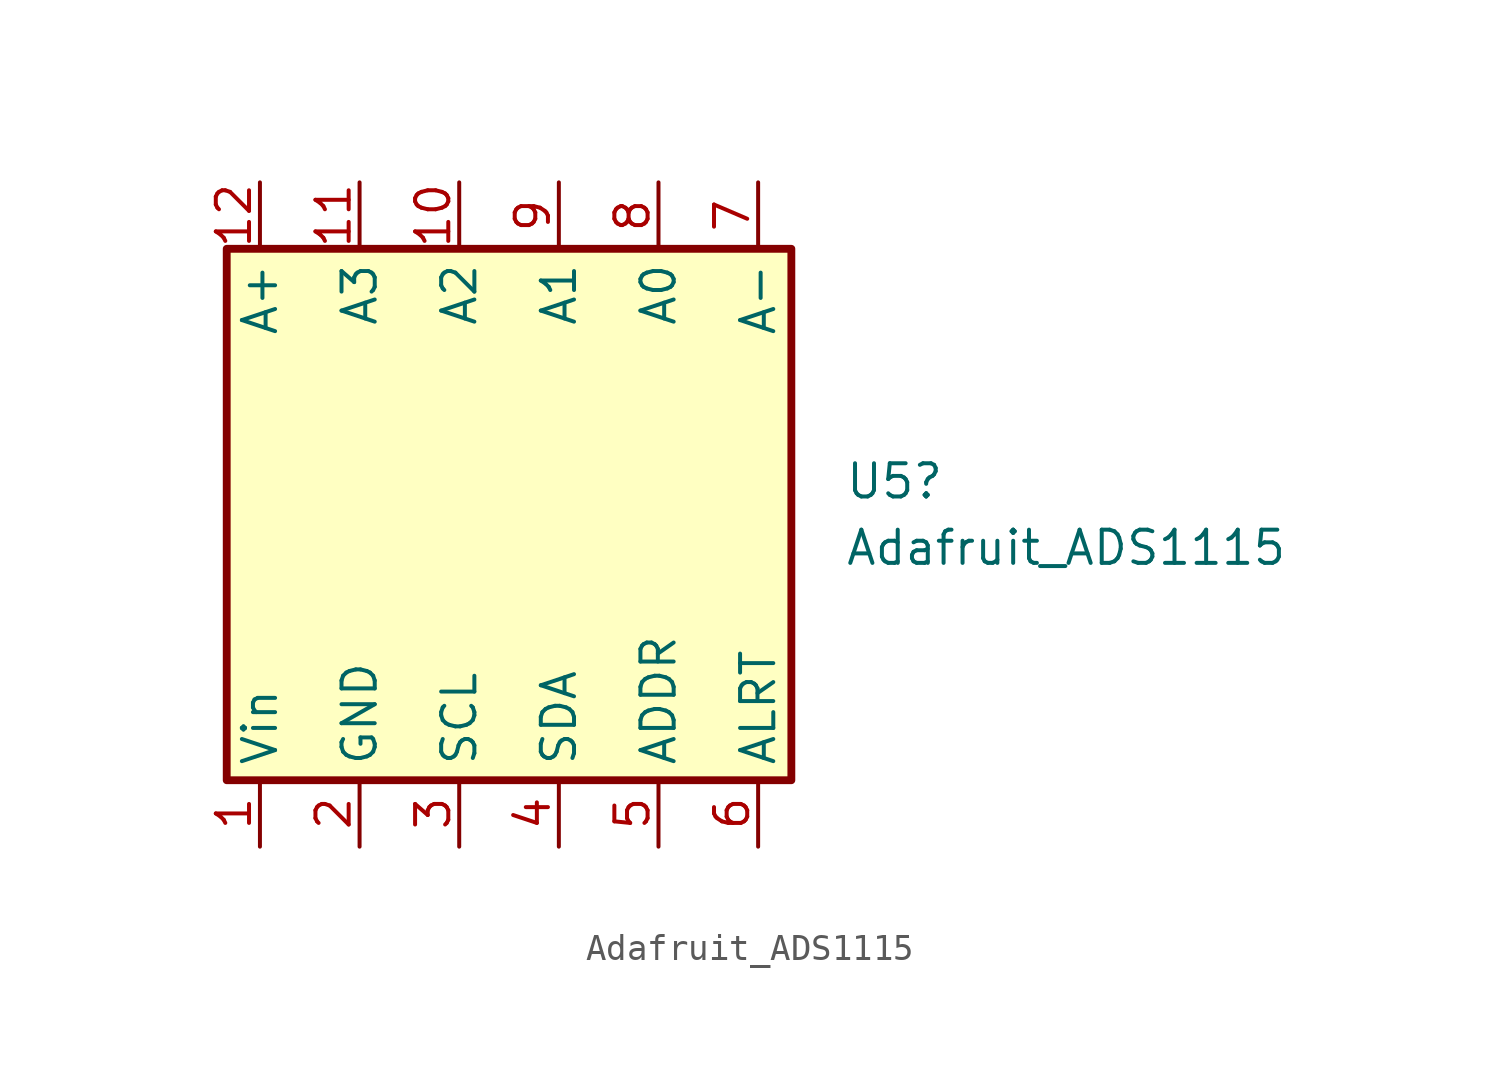
<source format=kicad_sym>
(kicad_symbol_lib
  (version 20211014)
  (generator kicad_symbol_editor)
  (symbol "Adafruit_ADS1115"
    (property "Reference" "U5"
      (at 12.192 0.0001 0)
      (effects (font (size 1.27 1.27)) (justify left)))
    (property "Value" "Adafruit_ADS1115"
      (at 12.192 -2.54 0)
      (effects (font (size 1.27 1.27)) (justify left)))
    (symbol "Adafruit_ADS1115_0_1"
      (rectangle (start 10.16 -11.43) (end -11.43 8.89) (stroke (width 0.3) (type default) (color 0 0 0 0)) (fill (type background))))
    (symbol "Adafruit_ADS1115_1_1"
      (pin power_in line (at -10.16 -13.97 90) (length 2.54) (name "Vin" (effects (font (size 1.27 1.27)))) (number "1" (effects (font (size 1.27 1.27)))))
      (pin input line (at -2.54 11.43 270) (length 2.54) (name "A2" (effects (font (size 1.27 1.27)))) (number "10" (effects (font (size 1.27 1.27)))))
      (pin input line (at -6.35 11.43 270) (length 2.54) (name "A3" (effects (font (size 1.27 1.27)))) (number "11" (effects (font (size 1.27 1.27)))))
      (pin input line (at -10.16 11.43 270) (length 2.54) (name "A+" (effects (font (size 1.27 1.27)))) (number "12" (effects (font (size 1.27 1.27)))))
      (pin power_in line (at -6.35 -13.97 90) (length 2.54) (name "GND" (effects (font (size 1.27 1.27)))) (number "2" (effects (font (size 1.27 1.27)))))
      (pin bidirectional line (at -2.54 -13.97 90) (length 2.54) (name "SCL" (effects (font (size 1.27 1.27)))) (number "3" (effects (font (size 1.27 1.27)))))
      (pin bidirectional line (at 1.27 -13.97 90) (length 2.54) (name "SDA" (effects (font (size 1.27 1.27)))) (number "4" (effects (font (size 1.27 1.27)))))
      (pin bidirectional line (at 5.08 -13.97 90) (length 2.54) (name "ADDR" (effects (font (size 1.27 1.27)))) (number "5" (effects (font (size 1.27 1.27)))))
      (pin bidirectional line (at 8.89 -13.97 90) (length 2.54) (name "ALRT" (effects (font (size 1.27 1.27)))) (number "6" (effects (font (size 1.27 1.27)))))
      (pin input line (at 8.89 11.43 270) (length 2.54) (name "A-" (effects (font (size 1.27 1.27)))) (number "7" (effects (font (size 1.27 1.27)))))
      (pin input line (at 5.08 11.43 270) (length 2.54) (name "A0" (effects (font (size 1.27 1.27)))) (number "8" (effects (font (size 1.27 1.27)))))
      (pin input line (at 1.27 11.43 270) (length 2.54) (name "A1" (effects (font (size 1.27 1.27)))) (number "9" (effects (font (size 1.27 1.27))))))))
</source>
